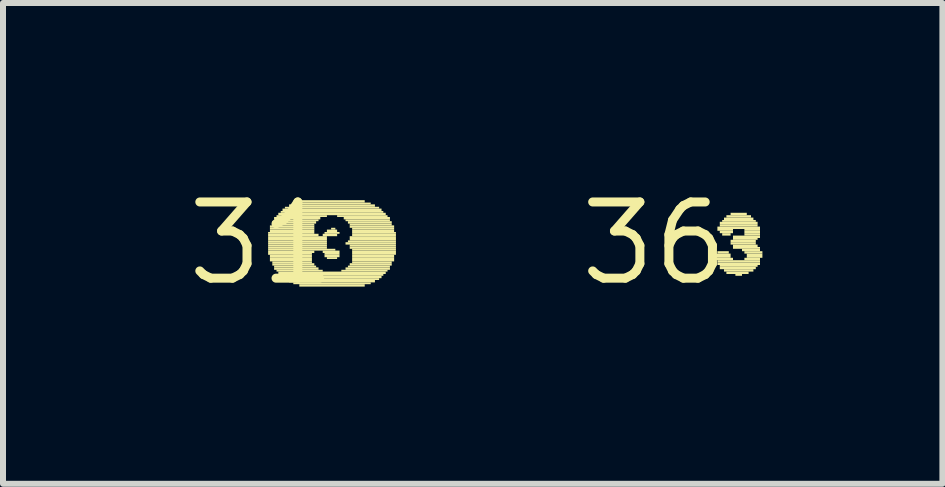
<source format=kicad_pcb>
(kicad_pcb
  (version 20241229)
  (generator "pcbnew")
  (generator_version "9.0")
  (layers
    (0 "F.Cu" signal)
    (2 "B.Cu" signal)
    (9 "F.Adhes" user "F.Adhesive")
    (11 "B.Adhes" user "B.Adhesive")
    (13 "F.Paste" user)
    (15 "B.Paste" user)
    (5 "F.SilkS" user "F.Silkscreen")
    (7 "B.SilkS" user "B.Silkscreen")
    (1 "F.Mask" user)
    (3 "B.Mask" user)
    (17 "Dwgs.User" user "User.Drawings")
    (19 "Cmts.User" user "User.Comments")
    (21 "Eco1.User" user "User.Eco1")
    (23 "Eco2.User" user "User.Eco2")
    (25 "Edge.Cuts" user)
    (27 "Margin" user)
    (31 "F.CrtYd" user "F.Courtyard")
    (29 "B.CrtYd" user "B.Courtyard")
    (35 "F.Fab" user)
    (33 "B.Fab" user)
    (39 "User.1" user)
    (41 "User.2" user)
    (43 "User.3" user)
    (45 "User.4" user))
  (footprint "36"
    (layer "F.Cu")
    (at 7.855 1.006)
    (property "Reference" "36" (at 0 0 0) (layer "F.SilkS") (effects (font (size 1.27 1.27) (thickness 0.15))))
    (fp_poly (pts (xy 1.01 0.21) (xy 1.27 0.21) (xy 1.27 0.17) (xy 1.01 0.17)) (stroke (width 0) (type default)) (fill yes) (layer "F.SilkS"))
    (fp_poly (pts (xy 1.01 0.24) (xy 1.27 0.24) (xy 1.27 0.21) (xy 1.01 0.21)) (stroke (width 0) (type default)) (fill yes) (layer "F.SilkS"))
    (fp_poly (pts (xy 1.01 0.28) (xy 1.31 0.28) (xy 1.31 0.24) (xy 1.01 0.24)) (stroke (width 0) (type default)) (fill yes) (layer "F.SilkS"))
    (fp_poly (pts (xy 1.05 -0.24) (xy 1.76 -0.24) (xy 1.76 -0.28) (xy 1.05 -0.28)) (stroke (width 0) (type default)) (fill yes) (layer "F.SilkS"))
    (fp_poly (pts (xy 1.05 -0.21) (xy 1.31 -0.21) (xy 1.31 -0.24) (xy 1.05 -0.24)) (stroke (width 0) (type default)) (fill yes) (layer "F.SilkS"))
    (fp_poly (pts (xy 1.05 0.17) (xy 1.24 0.17) (xy 1.24 0.13) (xy 1.05 0.13)) (stroke (width 0) (type default)) (fill yes) (layer "F.SilkS"))
    (fp_poly (pts (xy 1.05 0.32) (xy 1.76 0.32) (xy 1.76 0.28) (xy 1.05 0.28)) (stroke (width 0) (type default)) (fill yes) (layer "F.SilkS"))
    (fp_poly (pts (xy 1.05 0.36) (xy 1.76 0.36) (xy 1.76 0.32) (xy 1.05 0.32)) (stroke (width 0) (type default)) (fill yes) (layer "F.SilkS"))
    (fp_poly (pts (xy 1.09 -0.32) (xy 1.72 -0.32) (xy 1.72 -0.36) (xy 1.09 -0.36)) (stroke (width 0) (type default)) (fill yes) (layer "F.SilkS"))
    (fp_poly (pts (xy 1.09 -0.28) (xy 1.72 -0.28) (xy 1.72 -0.32) (xy 1.09 -0.32)) (stroke (width 0) (type default)) (fill yes) (layer "F.SilkS"))
    (fp_poly (pts (xy 1.09 -0.17) (xy 1.31 -0.17) (xy 1.31 -0.21) (xy 1.09 -0.21)) (stroke (width 0) (type default)) (fill yes) (layer "F.SilkS"))
    (fp_poly (pts (xy 1.09 0.39) (xy 1.72 0.39) (xy 1.72 0.36) (xy 1.09 0.36)) (stroke (width 0) (type default)) (fill yes) (layer "F.SilkS"))
    (fp_poly (pts (xy 1.09 0.43) (xy 1.69 0.43) (xy 1.69 0.39) (xy 1.09 0.39)) (stroke (width 0) (type default)) (fill yes) (layer "F.SilkS"))
    (fp_poly (pts (xy 1.13 -0.36) (xy 1.69 -0.36) (xy 1.69 -0.39) (xy 1.13 -0.39)) (stroke (width 0) (type default)) (fill yes) (layer "F.SilkS"))
    (fp_poly (pts (xy 1.13 -0.13) (xy 1.27 -0.13) (xy 1.27 -0.17) (xy 1.13 -0.17)) (stroke (width 0) (type default)) (fill yes) (layer "F.SilkS"))
    (fp_poly (pts (xy 1.16 -0.39) (xy 1.65 -0.39) (xy 1.65 -0.43) (xy 1.16 -0.43)) (stroke (width 0) (type default)) (fill yes) (layer "F.SilkS"))
    (fp_poly (pts (xy 1.16 0.47) (xy 1.65 0.47) (xy 1.65 0.43) (xy 1.16 0.43)) (stroke (width 0) (type default)) (fill yes) (layer "F.SilkS"))
    (fp_poly (pts (xy 1.2 -0.43) (xy 1.61 -0.43) (xy 1.61 -0.47) (xy 1.2 -0.47)) (stroke (width 0) (type default)) (fill yes) (layer "F.SilkS"))
    (fp_poly (pts (xy 1.2 0.51) (xy 1.57 0.51) (xy 1.57 0.47) (xy 1.2 0.47)) (stroke (width 0) (type default)) (fill yes) (layer "F.SilkS"))
    (fp_poly (pts (xy 1.27 -0.47) (xy 1.54 -0.47) (xy 1.54 -0.51) (xy 1.27 -0.51)) (stroke (width 0) (type default)) (fill yes) (layer "F.SilkS"))
    (fp_poly (pts (xy 1.27 -0.02) (xy 1.69 -0.02) (xy 1.69 -0.06) (xy 1.27 -0.06)) (stroke (width 0) (type default)) (fill yes) (layer "F.SilkS"))
    (fp_poly (pts (xy 1.27 0.02) (xy 1.69 0.02) (xy 1.69 -0.02) (xy 1.27 -0.02)) (stroke (width 0) (type default)) (fill yes) (layer "F.SilkS"))
    (fp_poly (pts (xy 1.31 -0.09) (xy 1.76 -0.09) (xy 1.76 -0.13) (xy 1.31 -0.13)) (stroke (width 0) (type default)) (fill yes) (layer "F.SilkS"))
    (fp_poly (pts (xy 1.31 -0.06) (xy 1.72 -0.06) (xy 1.72 -0.09) (xy 1.31 -0.09)) (stroke (width 0) (type default)) (fill yes) (layer "F.SilkS"))
    (fp_poly (pts (xy 1.31 0.06) (xy 1.72 0.06) (xy 1.72 0.02) (xy 1.31 0.02)) (stroke (width 0) (type default)) (fill yes) (layer "F.SilkS"))
    (fp_poly (pts (xy 1.31 0.09) (xy 1.76 0.09) (xy 1.76 0.06) (xy 1.31 0.06)) (stroke (width 0) (type default)) (fill yes) (layer "F.SilkS"))
    (fp_poly (pts (xy 1.35 0.54) (xy 1.46 0.54) (xy 1.46 0.51) (xy 1.35 0.51)) (stroke (width 0) (type default)) (fill yes) (layer "F.SilkS"))
    (fp_poly (pts (xy 1.46 0.13) (xy 1.76 0.13) (xy 1.76 0.09) (xy 1.46 0.09)) (stroke (width 0) (type default)) (fill yes) (layer "F.SilkS"))
    (fp_poly (pts (xy 1.5 -0.21) (xy 1.76 -0.21) (xy 1.76 -0.24) (xy 1.5 -0.24)) (stroke (width 0) (type default)) (fill yes) (layer "F.SilkS"))
    (fp_poly (pts (xy 1.5 -0.17) (xy 1.76 -0.17) (xy 1.76 -0.21) (xy 1.5 -0.21)) (stroke (width 0) (type default)) (fill yes) (layer "F.SilkS"))
    (fp_poly (pts (xy 1.5 -0.13) (xy 1.76 -0.13) (xy 1.76 -0.17) (xy 1.5 -0.17)) (stroke (width 0) (type default)) (fill yes) (layer "F.SilkS"))
    (fp_poly (pts (xy 1.5 0.17) (xy 1.8 0.17) (xy 1.8 0.13) (xy 1.5 0.13)) (stroke (width 0) (type default)) (fill yes) (layer "F.SilkS"))
    (fp_poly (pts (xy 1.5 0.28) (xy 1.76 0.28) (xy 1.76 0.24) (xy 1.5 0.24)) (stroke (width 0) (type default)) (fill yes) (layer "F.SilkS"))
    (fp_poly (pts (xy 1.54 0.21) (xy 1.8 0.21) (xy 1.8 0.17) (xy 1.54 0.17)) (stroke (width 0) (type default)) (fill yes) (layer "F.SilkS"))
    (fp_poly (pts (xy 1.54 0.24) (xy 1.8 0.24) (xy 1.8 0.21) (xy 1.54 0.21)) (stroke (width 0) (type default)) (fill yes) (layer "F.SilkS")))
  (footprint "31"
    (layer "F.Cu")
    (at 1.308 1.006)
    (property "Reference" "31" (at 0 0 0) (layer "F.SilkS") (effects (font (size 1.27 1.27) (thickness 0.15))))
    (fp_poly (pts (xy 0.11 -0.16) (xy 0.88 -0.16) (xy 0.88 -0.19) (xy 0.11 -0.19)) (stroke (width 0) (type default)) (fill yes) (layer "F.SilkS"))
    (fp_poly (pts (xy 0.11 -0.12) (xy 0.95 -0.12) (xy 0.95 -0.16) (xy 0.11 -0.16)) (stroke (width 0) (type default)) (fill yes) (layer "F.SilkS"))
    (fp_poly (pts (xy 0.11 -0.09) (xy 1.09 -0.09) (xy 1.09 -0.12) (xy 0.11 -0.12)) (stroke (width 0) (type default)) (fill yes) (layer "F.SilkS"))
    (fp_poly (pts (xy 0.11 -0.05) (xy 1.09 -0.05) (xy 1.09 -0.09) (xy 0.11 -0.09)) (stroke (width 0) (type default)) (fill yes) (layer "F.SilkS"))
    (fp_poly (pts (xy 0.11 -0.02) (xy 1.09 -0.02) (xy 1.09 -0.05) (xy 0.11 -0.05)) (stroke (width 0) (type default)) (fill yes) (layer "F.SilkS"))
    (fp_poly (pts (xy 0.11 0.02) (xy 1.09 0.02) (xy 1.09 -0.02) (xy 0.11 -0.02)) (stroke (width 0) (type default)) (fill yes) (layer "F.SilkS"))
    (fp_poly (pts (xy 0.11 0.05) (xy 1.09 0.05) (xy 1.09 0.02) (xy 0.11 0.02)) (stroke (width 0) (type default)) (fill yes) (layer "F.SilkS"))
    (fp_poly (pts (xy 0.11 0.09) (xy 1.09 0.09) (xy 1.09 0.05) (xy 0.11 0.05)) (stroke (width 0) (type default)) (fill yes) (layer "F.SilkS"))
    (fp_poly (pts (xy 0.11 0.12) (xy 1.23 0.12) (xy 1.23 0.09) (xy 0.11 0.09)) (stroke (width 0) (type default)) (fill yes) (layer "F.SilkS"))
    (fp_poly (pts (xy 0.11 0.16) (xy 0.88 0.16) (xy 0.88 0.12) (xy 0.11 0.12)) (stroke (width 0) (type default)) (fill yes) (layer "F.SilkS"))
    (fp_poly (pts (xy 0.11 0.19) (xy 0.84 0.19) (xy 0.84 0.16) (xy 0.11 0.16)) (stroke (width 0) (type default)) (fill yes) (layer "F.SilkS"))
    (fp_poly (pts (xy 0.14 -0.26) (xy 0.88 -0.26) (xy 0.88 -0.3) (xy 0.14 -0.3)) (stroke (width 0) (type default)) (fill yes) (layer "F.SilkS"))
    (fp_poly (pts (xy 0.14 -0.23) (xy 0.88 -0.23) (xy 0.88 -0.26) (xy 0.14 -0.26)) (stroke (width 0) (type default)) (fill yes) (layer "F.SilkS"))
    (fp_poly (pts (xy 0.14 -0.19) (xy 0.88 -0.19) (xy 0.88 -0.23) (xy 0.14 -0.23)) (stroke (width 0) (type default)) (fill yes) (layer "F.SilkS"))
    (fp_poly (pts (xy 0.14 0.23) (xy 0.84 0.23) (xy 0.84 0.19) (xy 0.14 0.19)) (stroke (width 0) (type default)) (fill yes) (layer "F.SilkS"))
    (fp_poly (pts (xy 0.14 0.26) (xy 0.84 0.26) (xy 0.84 0.23) (xy 0.14 0.23)) (stroke (width 0) (type default)) (fill yes) (layer "F.SilkS"))
    (fp_poly (pts (xy 0.14 0.3) (xy 0.84 0.3) (xy 0.84 0.26) (xy 0.14 0.26)) (stroke (width 0) (type default)) (fill yes) (layer "F.SilkS"))
    (fp_poly (pts (xy 0.18 -0.33) (xy 0.91 -0.33) (xy 0.91 -0.37) (xy 0.18 -0.37)) (stroke (width 0) (type default)) (fill yes) (layer "F.SilkS"))
    (fp_poly (pts (xy 0.18 -0.3) (xy 0.88 -0.3) (xy 0.88 -0.33) (xy 0.18 -0.33)) (stroke (width 0) (type default)) (fill yes) (layer "F.SilkS"))
    (fp_poly (pts (xy 0.18 0.33) (xy 0.84 0.33) (xy 0.84 0.3) (xy 0.18 0.3)) (stroke (width 0) (type default)) (fill yes) (layer "F.SilkS"))
    (fp_poly (pts (xy 0.18 0.37) (xy 0.88 0.37) (xy 0.88 0.33) (xy 0.18 0.33)) (stroke (width 0) (type default)) (fill yes) (layer "F.SilkS"))
    (fp_poly (pts (xy 0.21 -0.4) (xy 0.98 -0.4) (xy 0.98 -0.44) (xy 0.21 -0.44)) (stroke (width 0) (type default)) (fill yes) (layer "F.SilkS"))
    (fp_poly (pts (xy 0.21 -0.37) (xy 0.95 -0.37) (xy 0.95 -0.4) (xy 0.21 -0.4)) (stroke (width 0) (type default)) (fill yes) (layer "F.SilkS"))
    (fp_poly (pts (xy 0.21 0.4) (xy 0.91 0.4) (xy 0.91 0.37) (xy 0.21 0.37)) (stroke (width 0) (type default)) (fill yes) (layer "F.SilkS"))
    (fp_poly (pts (xy 0.21 0.44) (xy 0.95 0.44) (xy 0.95 0.4) (xy 0.21 0.4)) (stroke (width 0) (type default)) (fill yes) (layer "F.SilkS"))
    (fp_poly (pts (xy 0.25 -0.44) (xy 1.09 -0.44) (xy 1.09 -0.47) (xy 0.25 -0.47)) (stroke (width 0) (type default)) (fill yes) (layer "F.SilkS"))
    (fp_poly (pts (xy 0.25 0.47) (xy 1.02 0.47) (xy 1.02 0.44) (xy 0.25 0.44)) (stroke (width 0) (type default)) (fill yes) (layer "F.SilkS"))
    (fp_poly (pts (xy 0.28 -0.47) (xy 2.07 -0.47) (xy 2.07 -0.51) (xy 0.28 -0.51)) (stroke (width 0) (type default)) (fill yes) (layer "F.SilkS"))
    (fp_poly (pts (xy 0.28 0.51) (xy 2.07 0.51) (xy 2.07 0.47) (xy 0.28 0.47)) (stroke (width 0) (type default)) (fill yes) (layer "F.SilkS"))
    (fp_poly (pts (xy 0.32 -0.51) (xy 2.03 -0.51) (xy 2.03 -0.54) (xy 0.32 -0.54)) (stroke (width 0) (type default)) (fill yes) (layer "F.SilkS"))
    (fp_poly (pts (xy 0.32 0.54) (xy 2.03 0.54) (xy 2.03 0.51) (xy 0.32 0.51)) (stroke (width 0) (type default)) (fill yes) (layer "F.SilkS"))
    (fp_poly (pts (xy 0.35 -0.54) (xy 2 -0.54) (xy 2 -0.58) (xy 0.35 -0.58)) (stroke (width 0) (type default)) (fill yes) (layer "F.SilkS"))
    (fp_poly (pts (xy 0.35 0.58) (xy 2 0.58) (xy 2 0.54) (xy 0.35 0.54)) (stroke (width 0) (type default)) (fill yes) (layer "F.SilkS"))
    (fp_poly (pts (xy 0.39 -0.58) (xy 1.96 -0.58) (xy 1.96 -0.61) (xy 0.39 -0.61)) (stroke (width 0) (type default)) (fill yes) (layer "F.SilkS"))
    (fp_poly (pts (xy 0.39 0.61) (xy 1.96 0.61) (xy 1.96 0.58) (xy 0.39 0.58)) (stroke (width 0) (type default)) (fill yes) (layer "F.SilkS"))
    (fp_poly (pts (xy 0.46 -0.61) (xy 1.89 -0.61) (xy 1.89 -0.65) (xy 0.46 -0.65)) (stroke (width 0) (type default)) (fill yes) (layer "F.SilkS"))
    (fp_poly (pts (xy 0.46 0.65) (xy 1.89 0.65) (xy 1.89 0.61) (xy 0.46 0.61)) (stroke (width 0) (type default)) (fill yes) (layer "F.SilkS"))
    (fp_poly (pts (xy 0.53 -0.65) (xy 1.82 -0.65) (xy 1.82 -0.68) (xy 0.53 -0.68)) (stroke (width 0) (type default)) (fill yes) (layer "F.SilkS"))
    (fp_poly (pts (xy 0.53 0.68) (xy 1.82 0.68) (xy 1.82 0.65) (xy 0.53 0.65)) (stroke (width 0) (type default)) (fill yes) (layer "F.SilkS"))
    (fp_poly (pts (xy 0.63 -0.68) (xy 1.72 -0.68) (xy 1.72 -0.72) (xy 0.63 -0.72)) (stroke (width 0) (type default)) (fill yes) (layer "F.SilkS"))
    (fp_poly (pts (xy 0.63 0.72) (xy 1.72 0.72) (xy 1.72 0.68) (xy 0.63 0.68)) (stroke (width 0) (type default)) (fill yes) (layer "F.SilkS"))
    (fp_poly (pts (xy 1.02 -0.12) (xy 1.26 -0.12) (xy 1.26 -0.16) (xy 1.02 -0.16)) (stroke (width 0) (type default)) (fill yes) (layer "F.SilkS"))
    (fp_poly (pts (xy 1.02 0.16) (xy 1.3 0.16) (xy 1.3 0.12) (xy 1.02 0.12)) (stroke (width 0) (type default)) (fill yes) (layer "F.SilkS"))
    (fp_poly (pts (xy 1.05 -0.16) (xy 1.3 -0.16) (xy 1.3 -0.19) (xy 1.05 -0.19)) (stroke (width 0) (type default)) (fill yes) (layer "F.SilkS"))
    (fp_poly (pts (xy 1.05 0.19) (xy 1.3 0.19) (xy 1.3 0.16) (xy 1.05 0.16)) (stroke (width 0) (type default)) (fill yes) (layer "F.SilkS"))
    (fp_poly (pts (xy 1.05 0.23) (xy 1.3 0.23) (xy 1.3 0.19) (xy 1.05 0.19)) (stroke (width 0) (type default)) (fill yes) (layer "F.SilkS"))
    (fp_poly (pts (xy 1.09 -0.19) (xy 1.26 -0.19) (xy 1.26 -0.23) (xy 1.09 -0.23)) (stroke (width 0) (type default)) (fill yes) (layer "F.SilkS"))
    (fp_poly (pts (xy 1.09 0.26) (xy 1.26 0.26) (xy 1.26 0.23) (xy 1.09 0.23)) (stroke (width 0) (type default)) (fill yes) (layer "F.SilkS"))
    (fp_poly (pts (xy 1.16 -0.23) (xy 1.23 -0.23) (xy 1.23 -0.26) (xy 1.16 -0.26)) (stroke (width 0) (type default)) (fill yes) (layer "F.SilkS"))
    (fp_poly (pts (xy 1.26 -0.44) (xy 2.1 -0.44) (xy 2.1 -0.47) (xy 1.26 -0.47)) (stroke (width 0) (type default)) (fill yes) (layer "F.SilkS"))
    (fp_poly (pts (xy 1.33 0.47) (xy 2.1 0.47) (xy 2.1 0.44) (xy 1.33 0.44)) (stroke (width 0) (type default)) (fill yes) (layer "F.SilkS"))
    (fp_poly (pts (xy 1.37 -0.4) (xy 2.14 -0.4) (xy 2.14 -0.44) (xy 1.37 -0.44)) (stroke (width 0) (type default)) (fill yes) (layer "F.SilkS"))
    (fp_poly (pts (xy 1.4 -0.37) (xy 2.14 -0.37) (xy 2.14 -0.4) (xy 1.4 -0.4)) (stroke (width 0) (type default)) (fill yes) (layer "F.SilkS"))
    (fp_poly (pts (xy 1.4 0.02) (xy 2.24 0.02) (xy 2.24 -0.02) (xy 1.4 -0.02)) (stroke (width 0) (type default)) (fill yes) (layer "F.SilkS"))
    (fp_poly (pts (xy 1.4 0.44) (xy 2.14 0.44) (xy 2.14 0.4) (xy 1.4 0.4)) (stroke (width 0) (type default)) (fill yes) (layer "F.SilkS"))
    (fp_poly (pts (xy 1.44 -0.33) (xy 2.17 -0.33) (xy 2.17 -0.37) (xy 1.44 -0.37)) (stroke (width 0) (type default)) (fill yes) (layer "F.SilkS"))
    (fp_poly (pts (xy 1.44 -0.02) (xy 2.24 -0.02) (xy 2.24 -0.05) (xy 1.44 -0.05)) (stroke (width 0) (type default)) (fill yes) (layer "F.SilkS"))
    (fp_poly (pts (xy 1.44 0.4) (xy 2.14 0.4) (xy 2.14 0.37) (xy 1.44 0.37)) (stroke (width 0) (type default)) (fill yes) (layer "F.SilkS"))
    (fp_poly (pts (xy 1.47 -0.3) (xy 2.17 -0.3) (xy 2.17 -0.33) (xy 1.47 -0.33)) (stroke (width 0) (type default)) (fill yes) (layer "F.SilkS"))
    (fp_poly (pts (xy 1.47 -0.26) (xy 2.21 -0.26) (xy 2.21 -0.3) (xy 1.47 -0.3)) (stroke (width 0) (type default)) (fill yes) (layer "F.SilkS"))
    (fp_poly (pts (xy 1.47 -0.09) (xy 2.24 -0.09) (xy 2.24 -0.12) (xy 1.47 -0.12)) (stroke (width 0) (type default)) (fill yes) (layer "F.SilkS"))
    (fp_poly (pts (xy 1.47 -0.05) (xy 2.24 -0.05) (xy 2.24 -0.09) (xy 1.47 -0.09)) (stroke (width 0) (type default)) (fill yes) (layer "F.SilkS"))
    (fp_poly (pts (xy 1.47 0.05) (xy 2.24 0.05) (xy 2.24 0.02) (xy 1.47 0.02)) (stroke (width 0) (type default)) (fill yes) (layer "F.SilkS"))
    (fp_poly (pts (xy 1.47 0.09) (xy 2.24 0.09) (xy 2.24 0.05) (xy 1.47 0.05)) (stroke (width 0) (type default)) (fill yes) (layer "F.SilkS"))
    (fp_poly (pts (xy 1.47 0.37) (xy 2.17 0.37) (xy 2.17 0.33) (xy 1.47 0.33)) (stroke (width 0) (type default)) (fill yes) (layer "F.SilkS"))
    (fp_poly (pts (xy 1.51 -0.23) (xy 2.21 -0.23) (xy 2.21 -0.26) (xy 1.51 -0.26)) (stroke (width 0) (type default)) (fill yes) (layer "F.SilkS"))
    (fp_poly (pts (xy 1.51 -0.19) (xy 2.21 -0.19) (xy 2.21 -0.23) (xy 1.51 -0.23)) (stroke (width 0) (type default)) (fill yes) (layer "F.SilkS"))
    (fp_poly (pts (xy 1.51 -0.16) (xy 2.24 -0.16) (xy 2.24 -0.19) (xy 1.51 -0.19)) (stroke (width 0) (type default)) (fill yes) (layer "F.SilkS"))
    (fp_poly (pts (xy 1.51 -0.12) (xy 2.24 -0.12) (xy 2.24 -0.16) (xy 1.51 -0.16)) (stroke (width 0) (type default)) (fill yes) (layer "F.SilkS"))
    (fp_poly (pts (xy 1.51 0.12) (xy 2.24 0.12) (xy 2.24 0.09) (xy 1.51 0.09)) (stroke (width 0) (type default)) (fill yes) (layer "F.SilkS"))
    (fp_poly (pts (xy 1.51 0.16) (xy 2.24 0.16) (xy 2.24 0.12) (xy 1.51 0.12)) (stroke (width 0) (type default)) (fill yes) (layer "F.SilkS"))
    (fp_poly (pts (xy 1.51 0.19) (xy 2.24 0.19) (xy 2.24 0.16) (xy 1.51 0.16)) (stroke (width 0) (type default)) (fill yes) (layer "F.SilkS"))
    (fp_poly (pts (xy 1.51 0.23) (xy 2.21 0.23) (xy 2.21 0.19) (xy 1.51 0.19)) (stroke (width 0) (type default)) (fill yes) (layer "F.SilkS"))
    (fp_poly (pts (xy 1.51 0.26) (xy 2.21 0.26) (xy 2.21 0.23) (xy 1.51 0.23)) (stroke (width 0) (type default)) (fill yes) (layer "F.SilkS"))
    (fp_poly (pts (xy 1.51 0.3) (xy 2.21 0.3) (xy 2.21 0.26) (xy 1.51 0.26)) (stroke (width 0) (type default)) (fill yes) (layer "F.SilkS"))
    (fp_poly (pts (xy 1.51 0.33) (xy 2.17 0.33) (xy 2.17 0.3) (xy 1.51 0.3)) (stroke (width 0) (type default)) (fill yes) (layer "F.SilkS")))
  (gr_rect
    (start -3 -3)
    (end 12.655 5.012)
    (stroke (width 0.1) (type default))
    (fill no)
    (layer "Edge.Cuts")))
</source>
